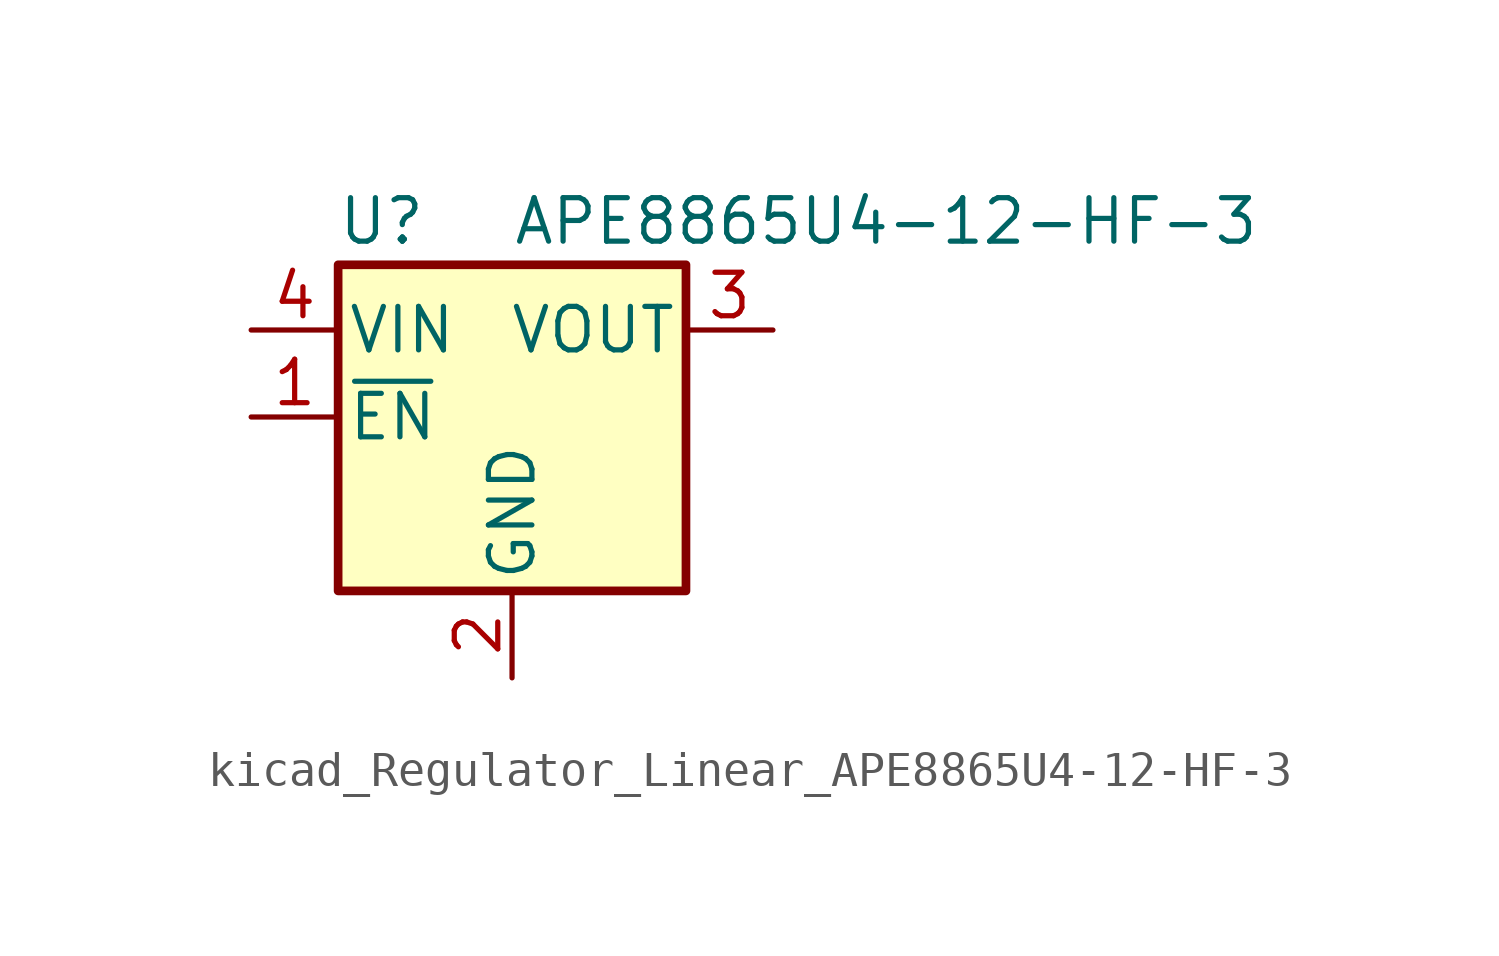
<source format=kicad_sym>
(kicad_symbol_lib
  (version 20220914)
  (generator kicad_symbol_editor)
  (symbol "kicad_Regulator_Linear_APE8865U4-12-HF-3"
    (pin_names
      (offset 0.254))
    (property "Reference" "U"
      (at -3.81 5.715 0)
      (effects (font (size 1.27 1.27))))
    (property "Value" "APE8865U4-12-HF-3"
      (at 0 5.715 0)
      (effects (font (size 1.27 1.27)) (justify left)))
    (symbol "kicad_Regulator_Linear_APE8865U4-12-HF-3_0_1"
      (rectangle (start -5.08 4.445) (end 5.08 -5.08) (stroke (width 0.254) (type default)) (fill (type background))))
    (symbol "kicad_Regulator_Linear_APE8865U4-12-HF-3_1_1"
      (pin input line (at -7.62 0 0) (length 2.54) (name "~{EN}" (effects (font (size 1.27 1.27)))) (number "1" (effects (font (size 1.27 1.27)))))
      (pin power_in line (at 0 -7.62 90) (length 2.54) (name "GND" (effects (font (size 1.27 1.27)))) (number "2" (effects (font (size 1.27 1.27)))))
      (pin power_out line (at 7.62 2.54 180) (length 2.54) (name "VOUT" (effects (font (size 1.27 1.27)))) (number "3" (effects (font (size 1.27 1.27)))))
      (pin power_in line (at -7.62 2.54 0) (length 2.54) (name "VIN" (effects (font (size 1.27 1.27)))) (number "4" (effects (font (size 1.27 1.27))))))))
</source>
